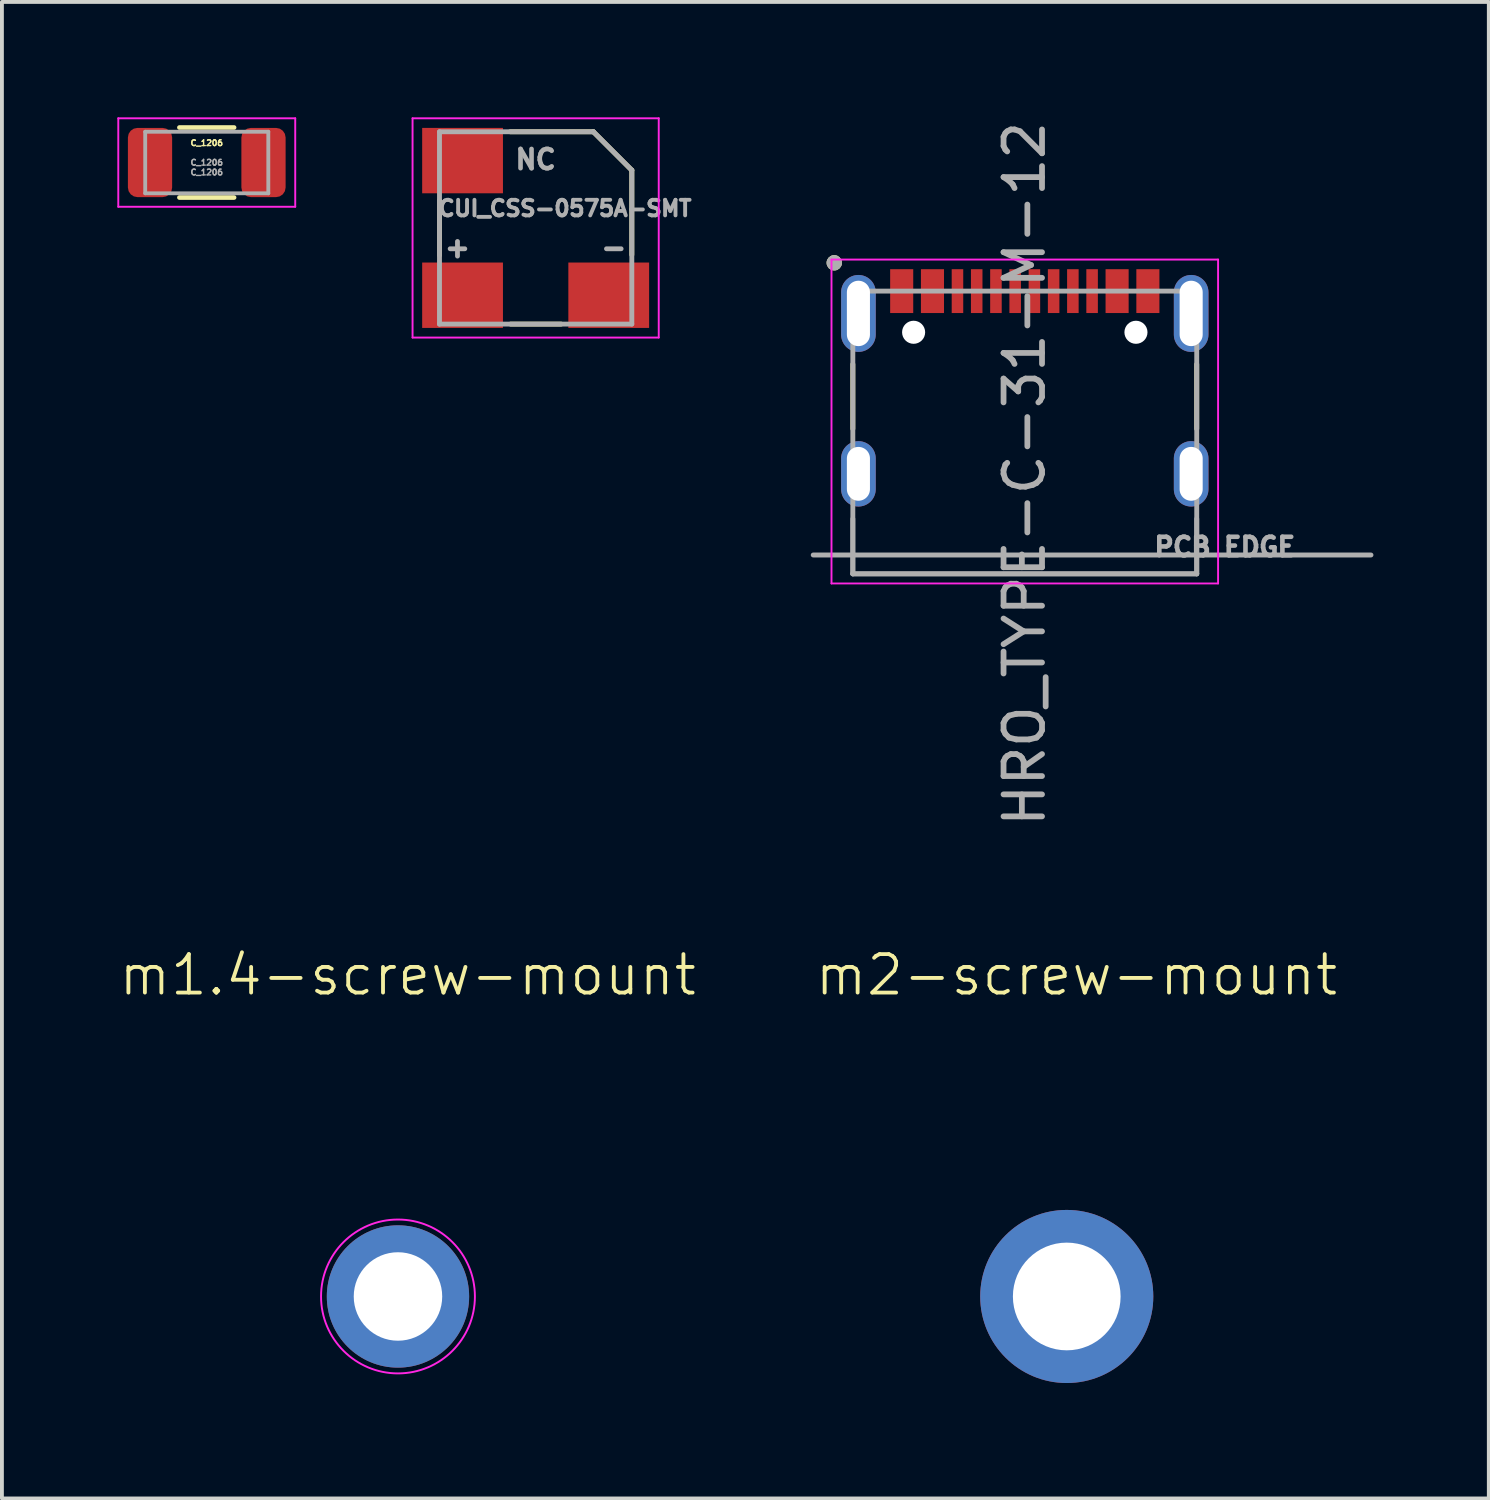
<source format=kicad_pcb>
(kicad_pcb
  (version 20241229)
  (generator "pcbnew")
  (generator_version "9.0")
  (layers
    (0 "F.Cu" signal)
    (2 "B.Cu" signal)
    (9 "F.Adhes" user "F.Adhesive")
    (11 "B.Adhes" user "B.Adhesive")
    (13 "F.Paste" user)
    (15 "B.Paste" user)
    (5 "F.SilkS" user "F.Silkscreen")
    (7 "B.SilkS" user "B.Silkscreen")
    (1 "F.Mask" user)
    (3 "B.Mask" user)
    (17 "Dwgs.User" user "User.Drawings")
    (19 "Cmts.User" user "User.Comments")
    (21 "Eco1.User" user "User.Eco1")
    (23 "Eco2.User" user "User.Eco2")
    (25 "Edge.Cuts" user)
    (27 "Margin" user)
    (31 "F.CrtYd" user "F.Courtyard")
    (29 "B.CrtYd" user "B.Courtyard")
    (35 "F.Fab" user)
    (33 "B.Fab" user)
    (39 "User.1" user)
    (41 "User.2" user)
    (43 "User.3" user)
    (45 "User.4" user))
  (footprint "HRO_TYPE-C-31-M-12"
    (layer "F.Cu")
    (at 23.591 9.268)
    (property "Reference" "HRO_TYPE-C-31-M-12" (at -0.007 0 90) (layer "F.Fab") (effects (font (size 1 1) (thickness 0.15))))
    (attr smd)
    (fp_poly (pts (xy -3.55 -5.37) (xy -2.85 -5.37) (xy -2.85 -4.13) (xy -3.55 -4.13)) (stroke (width 0.01) (type solid)) (fill yes) (layer "F.Mask"))
    (fp_poly (pts (xy -2.75 -5.37) (xy -2.05 -5.37) (xy -2.05 -4.13) (xy -2.75 -4.13)) (stroke (width 0.01) (type solid)) (fill yes) (layer "F.Mask"))
    (fp_poly (pts (xy -1.95 -5.37) (xy -1.55 -5.37) (xy -1.55 -4.13) (xy -1.95 -4.13)) (stroke (width 0.01) (type solid)) (fill yes) (layer "F.Mask"))
    (fp_poly (pts (xy -1.45 -5.37) (xy -1.05 -5.37) (xy -1.05 -4.13) (xy -1.45 -4.13)) (stroke (width 0.01) (type solid)) (fill yes) (layer "F.Mask"))
    (fp_poly (pts (xy -0.95 -5.37) (xy -0.55 -5.37) (xy -0.55 -4.13) (xy -0.95 -4.13)) (stroke (width 0.01) (type solid)) (fill yes) (layer "F.Mask"))
    (fp_poly (pts (xy -0.45 -5.37) (xy -0.05 -5.37) (xy -0.05 -4.13) (xy -0.45 -4.13)) (stroke (width 0.01) (type solid)) (fill yes) (layer "F.Mask"))
    (fp_poly (pts (xy 0.05 -5.37) (xy 0.45 -5.37) (xy 0.45 -4.13) (xy 0.05 -4.13)) (stroke (width 0.01) (type solid)) (fill yes) (layer "F.Mask"))
    (fp_poly (pts (xy 0.55 -5.37) (xy 0.95 -5.37) (xy 0.95 -4.13) (xy 0.55 -4.13)) (stroke (width 0.01) (type solid)) (fill yes) (layer "F.Mask"))
    (fp_poly (pts (xy 1.05 -5.37) (xy 1.45 -5.37) (xy 1.45 -4.13) (xy 1.05 -4.13)) (stroke (width 0.01) (type solid)) (fill yes) (layer "F.Mask"))
    (fp_poly (pts (xy 1.55 -5.37) (xy 1.95 -5.37) (xy 1.95 -4.13) (xy 1.55 -4.13)) (stroke (width 0.01) (type solid)) (fill yes) (layer "F.Mask"))
    (fp_poly (pts (xy 2.05 -5.37) (xy 2.75 -5.37) (xy 2.75 -4.13) (xy 2.05 -4.13)) (stroke (width 0.01) (type solid)) (fill yes) (layer "F.Mask"))
    (fp_poly (pts (xy 2.85 -5.37) (xy 3.55 -5.37) (xy 3.55 -4.13) (xy 2.85 -4.13)) (stroke (width 0.01) (type solid)) (fill yes) (layer "F.Mask"))
    (fp_line (start -4.47 -2.85) (end -4.47 -1.17) (stroke (width 0.127) (type solid)) (layer "F.SilkS"))
    (fp_line (start 4.47 -2.85) (end 4.47 -1.17) (stroke (width 0.127) (type solid)) (layer "F.SilkS"))
    (fp_circle (center -4.953 -5.486) (end -4.853 -5.486) (stroke (width 0.2) (type solid)) (fill no) (layer "F.SilkS"))
    (fp_line (start -5.025 -5.57) (end -5.025 2.85) (stroke (width 0.05) (type solid)) (layer "F.CrtYd"))
    (fp_line (start -5.025 2.85) (end 5.025 2.85) (stroke (width 0.05) (type solid)) (layer "F.CrtYd"))
    (fp_line (start 5.025 -5.57) (end -5.025 -5.57) (stroke (width 0.05) (type solid)) (layer "F.CrtYd"))
    (fp_line (start 5.025 2.85) (end 5.025 -5.57) (stroke (width 0.05) (type solid)) (layer "F.CrtYd"))
    (fp_line (start -5.5 2.11) (end 9 2.11) (stroke (width 0.127) (type solid)) (layer "F.Fab"))
    (fp_line (start -4.47 -4.75) (end -4.47 2.6) (stroke (width 0.127) (type solid)) (layer "F.Fab"))
    (fp_line (start -4.47 2.6) (end -4.47 1.17) (stroke (width 0.127) (type solid)) (layer "F.Fab"))
    (fp_line (start -4.47 2.6) (end 4.47 2.6) (stroke (width 0.127) (type solid)) (layer "F.Fab"))
    (fp_line (start -4.47 2.6) (end 4.47 2.6) (stroke (width 0.127) (type solid)) (layer "F.Fab"))
    (fp_line (start 4.47 -4.75) (end -4.47 -4.75) (stroke (width 0.127) (type solid)) (layer "F.Fab"))
    (fp_line (start 4.47 2.6) (end 4.47 -4.75) (stroke (width 0.127) (type solid)) (layer "F.Fab"))
    (fp_line (start 4.47 2.6) (end 4.47 1.17) (stroke (width 0.127) (type solid)) (layer "F.Fab"))
    (fp_circle (center -4.953 -5.486) (end -4.853 -5.486) (stroke (width 0.2) (type solid)) (fill no) (layer "F.Fab"))
    (fp_text user "PCB EDGE" (at 5.2 1.9 180) (layer "F.Fab") (effects (font (size 0.48 0.48) (thickness 0.12))))
    (pad "" np_thru_hole circle (at -2.89 -3.68) (size 0.6 0.6) (drill 0.6) (layers "*.Cu" "*.Mask"))
    (pad "" np_thru_hole circle (at 2.89 -3.68) (size 0.6 0.6) (drill 0.6) (layers "*.Cu" "*.Mask"))
    (pad "A1_B12" smd rect (at -3.2 -4.75) (size 0.6 1.14) (layers "F.Cu" "F.Paste"))
    (pad "A4_B9" smd rect (at -2.4 -4.75) (size 0.6 1.14) (layers "F.Cu" "F.Paste"))
    (pad "A5" smd rect (at -1.25 -4.75) (size 0.3 1.14) (layers "F.Cu" "F.Paste"))
    (pad "A6" smd rect (at -0.25 -4.75) (size 0.3 1.14) (layers "F.Cu" "F.Paste"))
    (pad "A7" smd rect (at 0.25 -4.75) (size 0.3 1.14) (layers "F.Cu" "F.Paste"))
    (pad "A8" smd rect (at 1.25 -4.75) (size 0.3 1.14) (layers "F.Cu" "F.Paste"))
    (pad "B1_A12" smd rect (at 3.2 -4.75) (size 0.6 1.14) (layers "F.Cu" "F.Paste"))
    (pad "B4_A9" smd rect (at 2.4 -4.75) (size 0.6 1.14) (layers "F.Cu" "F.Paste"))
    (pad "B5" smd rect (at 1.75 -4.75) (size 0.3 1.14) (layers "F.Cu" "F.Paste"))
    (pad "B6" smd rect (at 0.75 -4.75) (size 0.3 1.14) (layers "F.Cu" "F.Paste"))
    (pad "B7" smd rect (at -0.75 -4.75) (size 0.3 1.14) (layers "F.Cu" "F.Paste"))
    (pad "B8" smd rect (at -1.75 -4.75) (size 0.3 1.14) (layers "F.Cu" "F.Paste"))
    (pad "S1" thru_hole oval (at -4.325 -4.17) (size 0.9 2) (drill oval 0.6 1.7) (layers "*.Cu" "*.Mask"))
    (pad "S2" thru_hole oval (at 4.325 -4.17) (size 0.9 2) (drill oval 0.6 1.7) (layers "*.Cu" "*.Mask"))
    (pad "S3" thru_hole oval (at -4.325 0) (size 0.9 1.7) (drill oval 0.6 1.4) (layers "*.Cu" "*.Mask"))
    (pad "S4" thru_hole oval (at 4.325 0) (size 0.9 1.7) (drill oval 0.6 1.4) (layers "*.Cu" "*.Mask")))
  (footprint "m1.4-screw-mount"
    (layer "F.Cu")
    (at 7.296 30.654)
    (property "Reference" "m1.4-screw-mount" (at 0.254 -8.358 0) (unlocked yes) (layer "F.SilkS") (effects (font (size 1 1) (thickness 0.1))))
    (attr smd)
    (fp_circle (center 0 0) (end 2 0) (stroke (width 0.05) (type default)) (fill no) (layer "F.CrtYd"))
    (pad "1" thru_hole circle (at 0 0) (size 3.7 3.7) (drill 2.3) (layers "*.Cu" "*.Mask" "Eco2.User")))
  (footprint "C_1206"
    (layer "F.Cu")
    (at 2.325 1.175)
    (property "Reference" "C_1206" (at 0 -0.508 0) (layer "F.SilkS") (effects (font (size 0.15 0.15) (thickness 0.037))))
    (property "Value" "C_1206" (at 0 0.508 0) (layer "F.Fab") (hide yes) (effects (font (size 0.15 0.15) (thickness 0.037))))
    (attr smd)
    (fp_line (start -0.711 -0.91) (end 0.711 -0.91) (stroke (width 0.12) (type solid)) (layer "F.SilkS"))
    (fp_line (start -0.711 0.91) (end 0.711 0.91) (stroke (width 0.12) (type solid)) (layer "F.SilkS"))
    (fp_line (start -2.3 -1.15) (end 2.3 -1.15) (stroke (width 0.05) (type solid)) (layer "F.CrtYd"))
    (fp_line (start -2.3 1.15) (end -2.3 -1.15) (stroke (width 0.05) (type solid)) (layer "F.CrtYd"))
    (fp_line (start 2.3 -1.15) (end 2.3 1.15) (stroke (width 0.05) (type solid)) (layer "F.CrtYd"))
    (fp_line (start 2.3 1.15) (end -2.3 1.15) (stroke (width 0.05) (type solid)) (layer "F.CrtYd"))
    (fp_line (start -1.6 -0.8) (end 1.6 -0.8) (stroke (width 0.1) (type solid)) (layer "F.Fab"))
    (fp_line (start -1.6 0.8) (end -1.6 -0.8) (stroke (width 0.1) (type solid)) (layer "F.Fab"))
    (fp_line (start 1.6 -0.8) (end 1.6 0.8) (stroke (width 0.1) (type solid)) (layer "F.Fab"))
    (fp_line (start 1.6 0.8) (end -1.6 0.8) (stroke (width 0.1) (type solid)) (layer "F.Fab"))
    (fp_text user "${REFERENCE}" (at 0 0 0) (layer "F.Fab") (effects (font (size 0.15 0.15) (thickness 0.037))))
    (fp_text user "${VALUE}" (at 0 0.254 0) (layer "F.Fab") (effects (font (size 0.15 0.15) (thickness 0.037))))
    (pad "1" smd roundrect (at -1.475 0) (size 1.15 1.8) (layers "F.Cu" "F.Mask" "F.Paste") (roundrect_rratio 0.217))
    (pad "2" smd roundrect (at 1.475 0) (size 1.15 1.8) (layers "F.Cu" "F.Mask" "F.Paste") (roundrect_rratio 0.217)))
  (footprint "CUI_CSS-0575A-SMT"
    (layer "F.Cu")
    (at 10.875 2.875)
    (property "Reference" "CUI_CSS-0575A-SMT" (at 0.762 -0.508 0) (layer "F.Fab") (effects (font (size 0.405 0.405) (thickness 0.101))))
    (attr smd)
    (fp_line (start -2.5 -0.71) (end -2.5 0.71) (stroke (width 0.127) (type solid)) (layer "F.SilkS"))
    (fp_line (start -0.66 -2.5) (end 1.5 -2.5) (stroke (width 0.127) (type solid)) (layer "F.SilkS"))
    (fp_line (start 0.66 2.5) (end -0.65 2.5) (stroke (width 0.127) (type solid)) (layer "F.SilkS"))
    (fp_line (start 1.5 -2.5) (end 2.5 -1.5) (stroke (width 0.127) (type solid)) (layer "F.SilkS"))
    (fp_line (start 2.5 -1.5) (end 2.5 0.7) (stroke (width 0.127) (type solid)) (layer "F.SilkS"))
    (fp_line (start -3.2 -2.85) (end 3.2 -2.85) (stroke (width 0.05) (type solid)) (layer "F.CrtYd"))
    (fp_line (start -3.2 2.85) (end -3.2 -2.85) (stroke (width 0.05) (type solid)) (layer "F.CrtYd"))
    (fp_line (start 3.2 -2.85) (end 3.2 2.85) (stroke (width 0.05) (type solid)) (layer "F.CrtYd"))
    (fp_line (start 3.2 2.85) (end -3.2 2.85) (stroke (width 0.05) (type solid)) (layer "F.CrtYd"))
    (fp_line (start -2.5 -2.5) (end 1.5 -2.5) (stroke (width 0.127) (type solid)) (layer "F.Fab"))
    (fp_line (start -2.5 2.5) (end -2.5 -2.5) (stroke (width 0.127) (type solid)) (layer "F.Fab"))
    (fp_line (start 1.5 -2.5) (end 2.5 -1.5) (stroke (width 0.127) (type solid)) (layer "F.Fab"))
    (fp_line (start 2.5 -1.5) (end 2.5 2.5) (stroke (width 0.127) (type solid)) (layer "F.Fab"))
    (fp_line (start 2.5 2.5) (end -2.5 2.5) (stroke (width 0.127) (type solid)) (layer "F.Fab"))
    (fp_text user "+" (at -2.032 0.508 0) (layer "F.Fab") (effects (font (size 0.5 0.5) (thickness 0.125))))
    (fp_text user "NC" (at 0 -1.778 0) (layer "F.Fab") (effects (font (size 0.5 0.5) (thickness 0.12))))
    (fp_text user "-" (at 2.032 0.508 0) (layer "F.Fab") (effects (font (size 0.5 0.5) (thickness 0.125))))
    (pad "1" smd rect (at -1.9 1.75) (size 2.1 1.7) (layers "F.Cu" "F.Mask" "F.Paste"))
    (pad "2" smd rect (at 1.9 1.75) (size 2.1 1.7) (layers "F.Cu" "F.Mask" "F.Paste"))
    (pad "3" smd rect (at -1.9 -1.75) (size 2.1 1.7) (layers "F.Cu" "F.Mask" "F.Paste")))
  (footprint "m2-screw-mount"
    (layer "F.Cu")
    (at 24.682 30.654)
    (property "Reference" "m2-screw-mount" (at 0.254 -8.358 0) (unlocked yes) (layer "F.SilkS") (effects (font (size 1 1) (thickness 0.1))))
    (attr smd)
    (pad "1" thru_hole circle (at 0 0) (size 4.5 4.5) (drill 2.8) (layers "*.Cu" "*.Mask" "Eco2.User")))
  (gr_rect
    (start -3 -3)
    (end 35.654 35.904)
    (stroke (width 0.1) (type default))
    (fill no)
    (layer "Edge.Cuts")))
</source>
